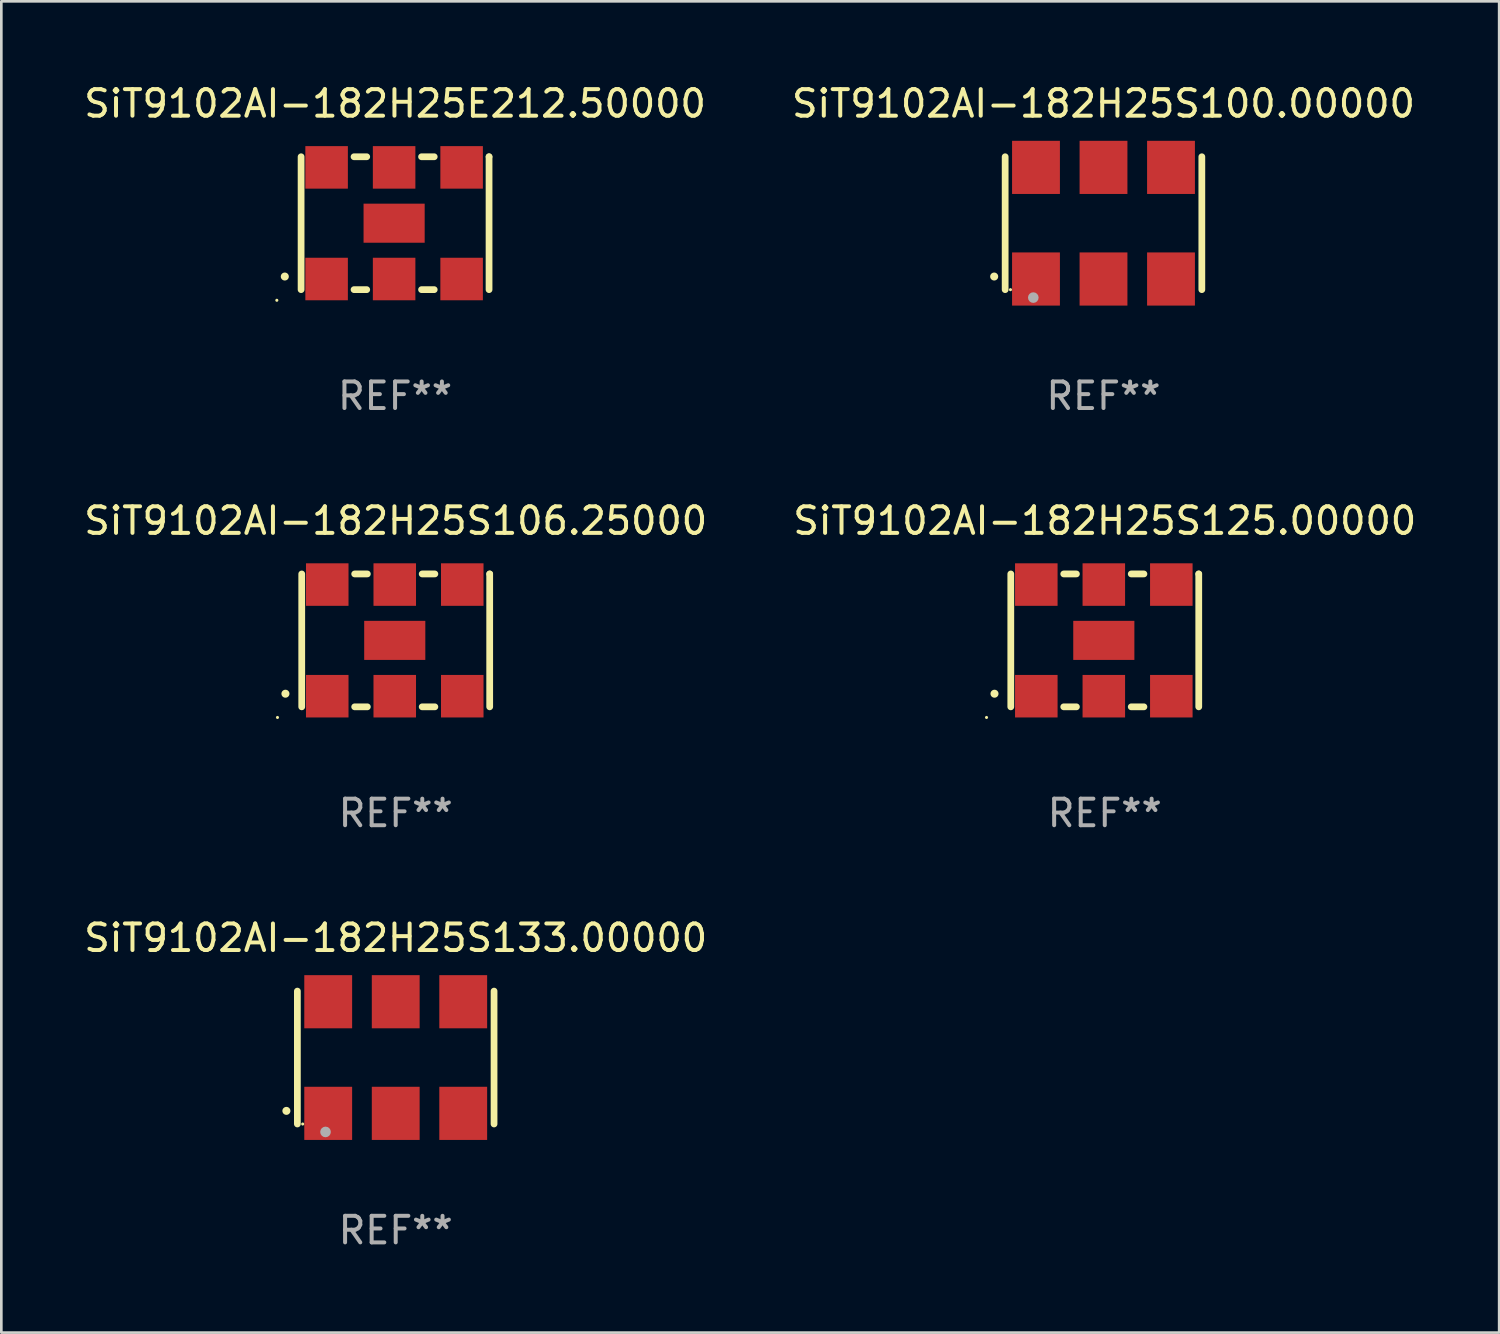
<source format=kicad_pcb>
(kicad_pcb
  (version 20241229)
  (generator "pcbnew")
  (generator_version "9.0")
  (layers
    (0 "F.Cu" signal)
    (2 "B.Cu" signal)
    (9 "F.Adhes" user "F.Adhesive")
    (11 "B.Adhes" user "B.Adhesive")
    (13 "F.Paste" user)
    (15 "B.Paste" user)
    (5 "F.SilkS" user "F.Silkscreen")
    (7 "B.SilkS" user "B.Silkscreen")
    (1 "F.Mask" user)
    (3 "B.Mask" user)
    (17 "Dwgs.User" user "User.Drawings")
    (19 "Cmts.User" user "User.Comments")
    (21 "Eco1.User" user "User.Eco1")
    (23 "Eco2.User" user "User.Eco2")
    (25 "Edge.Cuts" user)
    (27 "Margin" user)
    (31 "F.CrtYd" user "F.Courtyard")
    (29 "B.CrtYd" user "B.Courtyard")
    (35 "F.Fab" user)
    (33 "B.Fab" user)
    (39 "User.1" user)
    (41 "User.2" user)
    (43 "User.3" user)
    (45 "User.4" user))
  (footprint "SiT9102AI-182H25S106.25000"
    (layer "F.Cu")
    (at 11.839 21.045)
    (property "Reference" "SiT9102AI-182H25S106.25000" (at 0 -4.5 0) (layer "F.SilkS") (effects (font (size 1 1) (thickness 0.15))))
    (attr through_hole)
    (fp_line (start -3.536 -2.5) (end -3.536 2.5) (stroke (width 0.254) (type solid)) (layer "F.SilkS"))
    (fp_line (start -1.544 2.5) (end -1.067 2.5) (stroke (width 0.254) (type solid)) (layer "F.SilkS"))
    (fp_line (start -1.067 -2.5) (end -1.544 -2.5) (stroke (width 0.254) (type solid)) (layer "F.SilkS"))
    (fp_line (start 0.996 2.5) (end 1.473 2.5) (stroke (width 0.254) (type solid)) (layer "F.SilkS"))
    (fp_line (start 1.473 -2.5) (end 0.996 -2.5) (stroke (width 0.254) (type solid)) (layer "F.SilkS"))
    (fp_line (start 3.536 -2.5) (end 3.536 -2.5) (stroke (width 0.254) (type solid)) (layer "F.SilkS"))
    (fp_line (start 3.536 2.5) (end 3.536 -2.5) (stroke (width 0.254) (type solid)) (layer "F.SilkS"))
    (fp_arc (start -4.150432 2.006604) (mid -4.149162 2.006599) (end -4.147892 2.006604) (stroke (width 0.3) (type solid)) (layer "F.SilkS"))
    (fp_circle (center -4.449 2.9) (end -4.419 2.9) (stroke (width 0.06) (type solid)) (fill no) (layer "F.SilkS"))
    (fp_text user "REF**" (at 0 6.5 0) (layer "F.Fab") (effects (font (size 1 1) (thickness 0.15))))
    (pad "1" smd rect (at -2.576 2.1) (size 1.6 1.6) (layers "F.Cu" "F.Mask" "F.Paste"))
    (pad "2" smd rect (at -0.036 2.1) (size 1.6 1.6) (layers "F.Cu" "F.Mask" "F.Paste"))
    (pad "3" smd rect (at 2.504 2.1) (size 1.6 1.6) (layers "F.Cu" "F.Mask" "F.Paste"))
    (pad "4" smd rect (at 2.504 -2.1) (size 1.6 1.6) (layers "F.Cu" "F.Mask" "F.Paste"))
    (pad "5" smd rect (at -0.036 -2.1) (size 1.6 1.6) (layers "F.Cu" "F.Mask" "F.Paste"))
    (pad "6" smd rect (at -2.576 -2.1) (size 1.6 1.6) (layers "F.Cu" "F.Mask" "F.Paste"))
    (pad "7" smd rect (at -0.036 0) (size 2.3 1.47) (layers "F.Cu" "F.Mask" "F.Paste")))
  (footprint "SiT9102AI-182H25S100.00000"
    (layer "F.Cu")
    (at 38.47 5.348)
    (property "Reference" "SiT9102AI-182H25S100.00000" (at 0 -4.5 0) (layer "F.SilkS") (effects (font (size 1 1) (thickness 0.15))))
    (attr through_hole)
    (fp_line (start -3.7 -2.5) (end -3.7 2.5) (stroke (width 0.254) (type solid)) (layer "F.SilkS"))
    (fp_line (start 3.7 -2.5) (end 3.7 2.5) (stroke (width 0.254) (type solid)) (layer "F.SilkS"))
    (fp_arc (start -4.114415 2.006604) (mid -4.113145 2.006599) (end -4.111875 2.006604) (stroke (width 0.3) (type solid)) (layer "F.SilkS"))
    (fp_circle (center -3.5 2.501) (end -3.47 2.501) (stroke (width 0.06) (type solid)) (fill no) (layer "F.SilkS"))
    (fp_circle (center -2.641 2.799) (end -2.541 2.799) (stroke (width 0.2) (type solid)) (fill no) (layer "F.Fab"))
    (fp_text user "REF**" (at 0 6.5 0) (layer "F.Fab") (effects (font (size 1 1) (thickness 0.15))))
    (pad "1" smd rect (at -2.54 2.1) (size 1.8 2) (layers "F.Cu" "F.Mask" "F.Paste"))
    (pad "2" smd rect (at 0.000394 2.1) (size 1.8 2) (layers "F.Cu" "F.Mask" "F.Paste"))
    (pad "3" smd rect (at 2.54 2.1) (size 1.8 2) (layers "F.Cu" "F.Mask" "F.Paste"))
    (pad "4" smd rect (at 2.54 -2.1) (size 1.8 2) (layers "F.Cu" "F.Mask" "F.Paste"))
    (pad "5" smd rect (at 0.000394 -2.1) (size 1.8 2) (layers "F.Cu" "F.Mask" "F.Paste"))
    (pad "6" smd rect (at -2.54 -2.1) (size 1.8 2) (layers "F.Cu" "F.Mask" "F.Paste")))
  (footprint "SiT9102AI-182H25S133.00000"
    (layer "F.Cu")
    (at 11.839 36.741)
    (property "Reference" "SiT9102AI-182H25S133.00000" (at 0 -4.5 0) (layer "F.SilkS") (effects (font (size 1 1) (thickness 0.15))))
    (attr through_hole)
    (fp_line (start -3.7 -2.5) (end -3.7 2.5) (stroke (width 0.254) (type solid)) (layer "F.SilkS"))
    (fp_line (start 3.7 -2.5) (end 3.7 2.5) (stroke (width 0.254) (type solid)) (layer "F.SilkS"))
    (fp_arc (start -4.114415 2.006604) (mid -4.113145 2.006599) (end -4.111875 2.006604) (stroke (width 0.3) (type solid)) (layer "F.SilkS"))
    (fp_circle (center -3.5 2.501) (end -3.47 2.501) (stroke (width 0.06) (type solid)) (fill no) (layer "F.SilkS"))
    (fp_circle (center -2.641 2.799) (end -2.541 2.799) (stroke (width 0.2) (type solid)) (fill no) (layer "F.Fab"))
    (fp_text user "REF**" (at 0 6.5 0) (layer "F.Fab") (effects (font (size 1 1) (thickness 0.15))))
    (pad "1" smd rect (at -2.54 2.1) (size 1.8 2) (layers "F.Cu" "F.Mask" "F.Paste"))
    (pad "2" smd rect (at 0.000394 2.1) (size 1.8 2) (layers "F.Cu" "F.Mask" "F.Paste"))
    (pad "3" smd rect (at 2.54 2.1) (size 1.8 2) (layers "F.Cu" "F.Mask" "F.Paste"))
    (pad "4" smd rect (at 2.54 -2.1) (size 1.8 2) (layers "F.Cu" "F.Mask" "F.Paste"))
    (pad "5" smd rect (at 0.000394 -2.1) (size 1.8 2) (layers "F.Cu" "F.Mask" "F.Paste"))
    (pad "6" smd rect (at -2.54 -2.1) (size 1.8 2) (layers "F.Cu" "F.Mask" "F.Paste")))
  (footprint "SiT9102AI-182H25E212.50000"
    (layer "F.Cu")
    (at 11.815 5.348)
    (property "Reference" "SiT9102AI-182H25E212.50000" (at 0 -4.5 0) (layer "F.SilkS") (effects (font (size 1 1) (thickness 0.15))))
    (attr through_hole)
    (fp_line (start -3.536 -2.5) (end -3.536 2.5) (stroke (width 0.254) (type solid)) (layer "F.SilkS"))
    (fp_line (start -1.544 2.5) (end -1.067 2.5) (stroke (width 0.254) (type solid)) (layer "F.SilkS"))
    (fp_line (start -1.067 -2.5) (end -1.544 -2.5) (stroke (width 0.254) (type solid)) (layer "F.SilkS"))
    (fp_line (start 0.996 2.5) (end 1.473 2.5) (stroke (width 0.254) (type solid)) (layer "F.SilkS"))
    (fp_line (start 1.473 -2.5) (end 0.996 -2.5) (stroke (width 0.254) (type solid)) (layer "F.SilkS"))
    (fp_line (start 3.536 -2.5) (end 3.536 -2.5) (stroke (width 0.254) (type solid)) (layer "F.SilkS"))
    (fp_line (start 3.536 2.5) (end 3.536 -2.5) (stroke (width 0.254) (type solid)) (layer "F.SilkS"))
    (fp_arc (start -4.150432 2.006604) (mid -4.149162 2.006599) (end -4.147892 2.006604) (stroke (width 0.3) (type solid)) (layer "F.SilkS"))
    (fp_circle (center -4.449 2.9) (end -4.419 2.9) (stroke (width 0.06) (type solid)) (fill no) (layer "F.SilkS"))
    (fp_text user "REF**" (at 0 6.5 0) (layer "F.Fab") (effects (font (size 1 1) (thickness 0.15))))
    (pad "1" smd rect (at -2.576 2.1) (size 1.6 1.6) (layers "F.Cu" "F.Mask" "F.Paste"))
    (pad "2" smd rect (at -0.036 2.1) (size 1.6 1.6) (layers "F.Cu" "F.Mask" "F.Paste"))
    (pad "3" smd rect (at 2.504 2.1) (size 1.6 1.6) (layers "F.Cu" "F.Mask" "F.Paste"))
    (pad "4" smd rect (at 2.504 -2.1) (size 1.6 1.6) (layers "F.Cu" "F.Mask" "F.Paste"))
    (pad "5" smd rect (at -0.036 -2.1) (size 1.6 1.6) (layers "F.Cu" "F.Mask" "F.Paste"))
    (pad "6" smd rect (at -2.576 -2.1) (size 1.6 1.6) (layers "F.Cu" "F.Mask" "F.Paste"))
    (pad "7" smd rect (at -0.036 0) (size 2.3 1.47) (layers "F.Cu" "F.Mask" "F.Paste")))
  (footprint "SiT9102AI-182H25S125.00000"
    (layer "F.Cu")
    (at 38.518 21.045)
    (property "Reference" "SiT9102AI-182H25S125.00000" (at 0 -4.5 0) (layer "F.SilkS") (effects (font (size 1 1) (thickness 0.15))))
    (attr through_hole)
    (fp_line (start -3.536 -2.5) (end -3.536 2.5) (stroke (width 0.254) (type solid)) (layer "F.SilkS"))
    (fp_line (start -1.544 2.5) (end -1.067 2.5) (stroke (width 0.254) (type solid)) (layer "F.SilkS"))
    (fp_line (start -1.067 -2.5) (end -1.544 -2.5) (stroke (width 0.254) (type solid)) (layer "F.SilkS"))
    (fp_line (start 0.996 2.5) (end 1.473 2.5) (stroke (width 0.254) (type solid)) (layer "F.SilkS"))
    (fp_line (start 1.473 -2.5) (end 0.996 -2.5) (stroke (width 0.254) (type solid)) (layer "F.SilkS"))
    (fp_line (start 3.536 -2.5) (end 3.536 -2.5) (stroke (width 0.254) (type solid)) (layer "F.SilkS"))
    (fp_line (start 3.536 2.5) (end 3.536 -2.5) (stroke (width 0.254) (type solid)) (layer "F.SilkS"))
    (fp_arc (start -4.150432 2.006604) (mid -4.149162 2.006599) (end -4.147892 2.006604) (stroke (width 0.3) (type solid)) (layer "F.SilkS"))
    (fp_circle (center -4.449 2.9) (end -4.419 2.9) (stroke (width 0.06) (type solid)) (fill no) (layer "F.SilkS"))
    (fp_text user "REF**" (at 0 6.5 0) (layer "F.Fab") (effects (font (size 1 1) (thickness 0.15))))
    (pad "1" smd rect (at -2.576 2.1) (size 1.6 1.6) (layers "F.Cu" "F.Mask" "F.Paste"))
    (pad "2" smd rect (at -0.036 2.1) (size 1.6 1.6) (layers "F.Cu" "F.Mask" "F.Paste"))
    (pad "3" smd rect (at 2.504 2.1) (size 1.6 1.6) (layers "F.Cu" "F.Mask" "F.Paste"))
    (pad "4" smd rect (at 2.504 -2.1) (size 1.6 1.6) (layers "F.Cu" "F.Mask" "F.Paste"))
    (pad "5" smd rect (at -0.036 -2.1) (size 1.6 1.6) (layers "F.Cu" "F.Mask" "F.Paste"))
    (pad "6" smd rect (at -2.576 -2.1) (size 1.6 1.6) (layers "F.Cu" "F.Mask" "F.Paste"))
    (pad "7" smd rect (at -0.036 0) (size 2.3 1.47) (layers "F.Cu" "F.Mask" "F.Paste")))
  (gr_rect
    (start -3 -3)
    (end 53.357 47.09)
    (stroke (width 0.1) (type default))
    (fill no)
    (layer "Edge.Cuts")))
</source>
